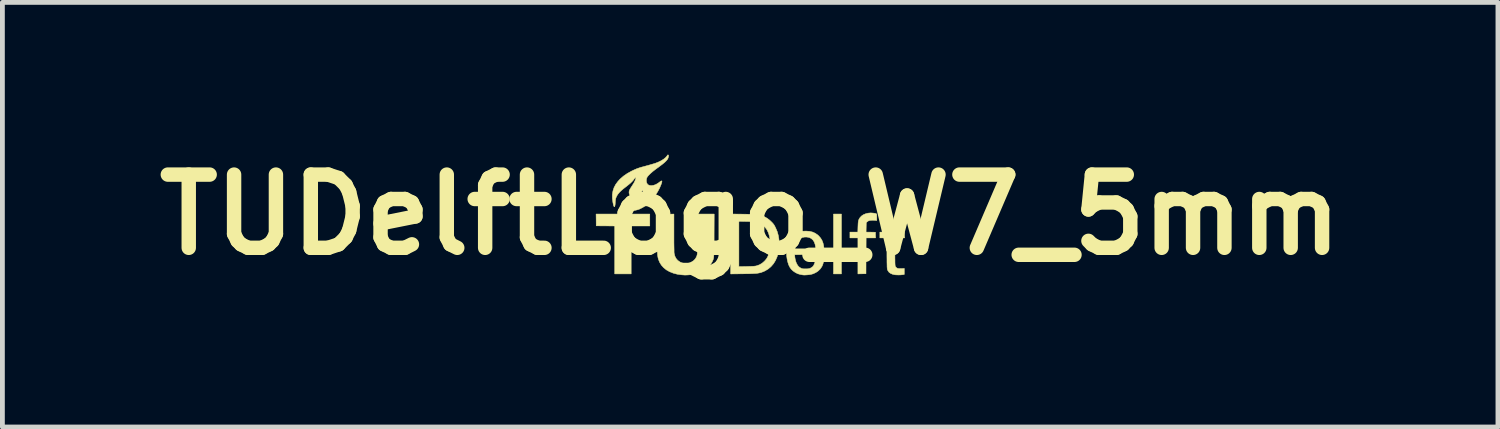
<source format=kicad_pcb>
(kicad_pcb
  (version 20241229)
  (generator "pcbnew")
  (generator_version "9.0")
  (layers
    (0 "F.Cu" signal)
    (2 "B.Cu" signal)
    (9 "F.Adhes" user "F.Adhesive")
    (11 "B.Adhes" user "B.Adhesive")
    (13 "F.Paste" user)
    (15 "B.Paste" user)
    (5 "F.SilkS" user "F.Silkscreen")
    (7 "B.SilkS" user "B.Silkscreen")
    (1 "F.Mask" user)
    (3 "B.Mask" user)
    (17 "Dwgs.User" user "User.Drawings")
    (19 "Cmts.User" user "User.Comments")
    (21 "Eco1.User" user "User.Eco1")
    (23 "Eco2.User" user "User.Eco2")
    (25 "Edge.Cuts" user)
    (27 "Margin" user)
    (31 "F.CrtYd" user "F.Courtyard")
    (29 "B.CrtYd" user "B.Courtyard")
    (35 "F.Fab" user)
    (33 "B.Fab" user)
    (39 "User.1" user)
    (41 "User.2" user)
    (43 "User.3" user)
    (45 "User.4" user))
  (footprint "TUDelftLogo_W7_5mm"
    (layer "F.Cu")
    (at 12.562 1.418)
    (property "Reference" "TUDelftLogo_W7_5mm" (at 0 0 0) (layer "F.SilkS") (effects (font (size 1.524 1.524) (thickness 0.3))))
    (attr through_hole)
    (fp_poly (pts (xy 1.899 1.232) (xy 1.734 1.232) (xy 1.734 -0.013) (xy 1.899 -0.013) (xy 1.899 1.232)) (stroke (width 0.01) (type solid)) (fill yes) (layer "F.SilkS"))
    (fp_poly (pts (xy -2.089 0.235) (xy -2.477 0.235) (xy -2.477 1.232) (xy -2.819 1.232) (xy -2.819 0.235) (xy -3.011 0.233) (xy -3.204 0.232) (xy -3.205 0.11) (xy -3.207 -0.013) (xy -2.089 -0.013) (xy -2.089 0.235)) (stroke (width 0.01) (type solid)) (fill yes) (layer "F.SilkS"))
    (fp_poly (pts (xy 2.564 -0.033) (xy 2.569 -0.032) (xy 2.598 -0.028) (xy 2.616 -0.023) (xy 2.628 -0.017) (xy 2.633 -0.007) (xy 2.635 0.011) (xy 2.635 0.038) (xy 2.635 0.051) (xy 2.635 0.121) (xy 2.58 0.117) (xy 2.527 0.116) (xy 2.485 0.121) (xy 2.453 0.133) (xy 2.435 0.147) (xy 2.416 0.166) (xy 2.414 0.264) (xy 2.412 0.362) (xy 2.509 0.363) (xy 2.607 0.365) (xy 2.608 0.424) (xy 2.61 0.483) (xy 2.413 0.483) (xy 2.411 0.856) (xy 2.41 1.229) (xy 2.326 1.23) (xy 2.242 1.232) (xy 2.242 0.483) (xy 2.076 0.483) (xy 2.076 0.362) (xy 2.24 0.362) (xy 2.243 0.252) (xy 2.245 0.205) (xy 2.247 0.169) (xy 2.251 0.14) (xy 2.256 0.117) (xy 2.264 0.096) (xy 2.275 0.077) (xy 2.286 0.06) (xy 2.316 0.028) (xy 2.355 0.001) (xy 2.402 -0.019) (xy 2.453 -0.032) (xy 2.508 -0.037) (xy 2.564 -0.033)) (stroke (width 0.01) (type solid)) (fill yes) (layer "F.SilkS"))
    (fp_poly (pts (xy 3.007 0.139) (xy 3.008 0.156) (xy 3.009 0.181) (xy 3.01 0.214) (xy 3.01 0.247) (xy 3.01 0.362) (xy 3.11 0.363) (xy 3.21 0.365) (xy 3.212 0.424) (xy 3.214 0.483) (xy 3.009 0.483) (xy 3.011 0.774) (xy 3.012 0.843) (xy 3.012 0.9) (xy 3.013 0.946) (xy 3.013 0.983) (xy 3.014 1.013) (xy 3.015 1.035) (xy 3.016 1.051) (xy 3.018 1.063) (xy 3.02 1.071) (xy 3.022 1.077) (xy 3.025 1.082) (xy 3.026 1.084) (xy 3.042 1.102) (xy 3.061 1.114) (xy 3.085 1.12) (xy 3.117 1.122) (xy 3.145 1.122) (xy 3.207 1.118) (xy 3.207 1.243) (xy 3.188 1.247) (xy 3.162 1.25) (xy 3.127 1.253) (xy 3.089 1.254) (xy 3.052 1.253) (xy 3.022 1.251) (xy 3.016 1.251) (xy 2.963 1.239) (xy 2.921 1.221) (xy 2.888 1.196) (xy 2.865 1.162) (xy 2.861 1.156) (xy 2.858 1.149) (xy 2.856 1.142) (xy 2.854 1.133) (xy 2.852 1.121) (xy 2.851 1.106) (xy 2.849 1.085) (xy 2.849 1.059) (xy 2.848 1.025) (xy 2.847 0.983) (xy 2.847 0.932) (xy 2.846 0.869) (xy 2.846 0.805) (xy 2.844 0.483) (xy 2.699 0.483) (xy 2.699 0.362) (xy 2.844 0.362) (xy 2.848 0.181) (xy 2.924 0.157) (xy 2.953 0.148) (xy 2.978 0.141) (xy 2.996 0.136) (xy 3.005 0.133) (xy 3.005 0.133) (xy 3.007 0.139)) (stroke (width 0.01) (type solid)) (fill yes) (layer "F.SilkS"))
    (fp_poly (pts (xy -0.138 -0.011) (xy -0.069 -0.01) (xy -0.011 -0.009) (xy 0.038 -0.008) (xy 0.078 -0.007) (xy 0.111 -0.005) (xy 0.138 -0.002) (xy 0.162 0.001) (xy 0.183 0.005) (xy 0.203 0.01) (xy 0.223 0.016) (xy 0.245 0.023) (xy 0.249 0.025) (xy 0.305 0.047) (xy 0.354 0.075) (xy 0.4 0.11) (xy 0.436 0.143) (xy 0.462 0.169) (xy 0.481 0.191) (xy 0.496 0.211) (xy 0.51 0.235) (xy 0.525 0.265) (xy 0.529 0.273) (xy 0.562 0.35) (xy 0.584 0.427) (xy 0.598 0.508) (xy 0.603 0.596) (xy 0.603 0.611) (xy 0.598 0.706) (xy 0.584 0.794) (xy 0.56 0.877) (xy 0.527 0.952) (xy 0.486 1.019) (xy 0.436 1.077) (xy 0.378 1.127) (xy 0.313 1.167) (xy 0.281 1.182) (xy 0.255 1.192) (xy 0.231 1.201) (xy 0.207 1.208) (xy 0.182 1.213) (xy 0.155 1.218) (xy 0.123 1.222) (xy 0.086 1.224) (xy 0.042 1.226) (xy -0.011 1.228) (xy -0.073 1.229) (xy -0.144 1.23) (xy -0.406 1.233) (xy -0.406 1.081) (xy -0.235 1.081) (xy -0.071 1.078) (xy -0.013 1.076) (xy 0.033 1.075) (xy 0.07 1.073) (xy 0.099 1.07) (xy 0.121 1.067) (xy 0.132 1.064) (xy 0.192 1.043) (xy 0.248 1.01) (xy 0.297 0.968) (xy 0.339 0.919) (xy 0.364 0.876) (xy 0.389 0.812) (xy 0.406 0.742) (xy 0.416 0.667) (xy 0.418 0.591) (xy 0.413 0.515) (xy 0.399 0.443) (xy 0.379 0.376) (xy 0.351 0.318) (xy 0.331 0.289) (xy 0.305 0.258) (xy 0.275 0.229) (xy 0.246 0.204) (xy 0.236 0.197) (xy 0.215 0.186) (xy 0.188 0.174) (xy 0.159 0.162) (xy 0.156 0.161) (xy 0.14 0.156) (xy 0.126 0.152) (xy 0.112 0.149) (xy 0.096 0.146) (xy 0.075 0.144) (xy 0.049 0.143) (xy 0.016 0.142) (xy -0.027 0.142) (xy -0.065 0.141) (xy -0.235 0.138) (xy -0.235 1.081) (xy -0.406 1.081) (xy -0.406 -0.014) (xy -0.138 -0.011)) (stroke (width 0.01) (type solid)) (fill yes) (layer "F.SilkS"))
    (fp_poly (pts (xy -1.587 0.379) (xy -1.587 0.45) (xy -1.587 0.518) (xy -1.587 0.581) (xy -1.586 0.639) (xy -1.585 0.691) (xy -1.584 0.735) (xy -1.584 0.77) (xy -1.583 0.795) (xy -1.581 0.808) (xy -1.581 0.808) (xy -1.567 0.863) (xy -1.542 0.911) (xy -1.508 0.951) (xy -1.464 0.982) (xy -1.449 0.99) (xy -1.432 0.997) (xy -1.416 1.002) (xy -1.399 1.005) (xy -1.376 1.006) (xy -1.344 1.006) (xy -1.34 1.006) (xy -1.307 1.006) (xy -1.283 1.005) (xy -1.265 1.002) (xy -1.249 0.998) (xy -1.233 0.99) (xy -1.231 0.99) (xy -1.185 0.962) (xy -1.148 0.926) (xy -1.128 0.896) (xy -1.121 0.883) (xy -1.115 0.87) (xy -1.11 0.857) (xy -1.106 0.842) (xy -1.102 0.824) (xy -1.1 0.802) (xy -1.097 0.776) (xy -1.096 0.744) (xy -1.094 0.705) (xy -1.093 0.659) (xy -1.093 0.604) (xy -1.093 0.539) (xy -1.092 0.463) (xy -1.092 0.383) (xy -1.092 -0.013) (xy -0.749 -0.013) (xy -0.751 0.43) (xy -0.751 0.519) (xy -0.752 0.595) (xy -0.752 0.661) (xy -0.753 0.717) (xy -0.753 0.765) (xy -0.754 0.805) (xy -0.756 0.838) (xy -0.758 0.865) (xy -0.76 0.887) (xy -0.763 0.906) (xy -0.767 0.922) (xy -0.771 0.936) (xy -0.777 0.95) (xy -0.783 0.963) (xy -0.79 0.978) (xy -0.794 0.987) (xy -0.831 1.047) (xy -0.878 1.101) (xy -0.934 1.147) (xy -1 1.185) (xy -1.075 1.215) (xy -1.158 1.237) (xy -1.25 1.25) (xy -1.262 1.251) (xy -1.297 1.254) (xy -1.323 1.255) (xy -1.344 1.256) (xy -1.364 1.256) (xy -1.386 1.254) (xy -1.415 1.252) (xy -1.429 1.251) (xy -1.52 1.238) (xy -1.602 1.216) (xy -1.677 1.186) (xy -1.743 1.149) (xy -1.8 1.103) (xy -1.847 1.051) (xy -1.884 0.991) (xy -1.907 0.935) (xy -1.913 0.916) (xy -1.918 0.896) (xy -1.922 0.873) (xy -1.926 0.848) (xy -1.929 0.818) (xy -1.931 0.784) (xy -1.933 0.743) (xy -1.934 0.695) (xy -1.935 0.64) (xy -1.936 0.575) (xy -1.936 0.5) (xy -1.936 0.414) (xy -1.935 0.362) (xy -1.934 -0.01) (xy -1.761 -0.011) (xy -1.587 -0.013) (xy -1.587 0.379)) (stroke (width 0.01) (type solid)) (fill yes) (layer "F.SilkS"))
    (fp_poly (pts (xy 1.233 0.346) (xy 1.298 0.361) (xy 1.355 0.387) (xy 1.407 0.423) (xy 1.429 0.444) (xy 1.466 0.487) (xy 1.495 0.535) (xy 1.516 0.589) (xy 1.53 0.651) (xy 1.537 0.722) (xy 1.538 0.747) (xy 1.54 0.829) (xy 1.233 0.83) (xy 0.927 0.832) (xy 0.927 0.853) (xy 0.93 0.886) (xy 0.937 0.926) (xy 0.947 0.966) (xy 0.959 1.001) (xy 0.964 1.011) (xy 0.983 1.047) (xy 1.003 1.074) (xy 1.027 1.095) (xy 1.049 1.108) (xy 1.065 1.117) (xy 1.079 1.122) (xy 1.094 1.125) (xy 1.114 1.127) (xy 1.143 1.127) (xy 1.153 1.127) (xy 1.185 1.127) (xy 1.208 1.125) (xy 1.226 1.122) (xy 1.242 1.117) (xy 1.258 1.11) (xy 1.282 1.096) (xy 1.303 1.079) (xy 1.311 1.071) (xy 1.322 1.053) (xy 1.333 1.03) (xy 1.343 1.004) (xy 1.35 0.982) (xy 1.353 0.969) (xy 1.354 0.965) (xy 1.361 0.962) (xy 1.373 0.96) (xy 1.394 0.959) (xy 1.425 0.959) (xy 1.442 0.959) (xy 1.531 0.959) (xy 1.527 0.976) (xy 1.519 1.01) (xy 1.511 1.036) (xy 1.502 1.058) (xy 1.491 1.081) (xy 1.49 1.082) (xy 1.458 1.129) (xy 1.416 1.17) (xy 1.366 1.204) (xy 1.309 1.23) (xy 1.27 1.241) (xy 1.244 1.246) (xy 1.212 1.25) (xy 1.177 1.253) (xy 1.144 1.255) (xy 1.117 1.255) (xy 1.099 1.254) (xy 1.084 1.251) (xy 1.062 1.247) (xy 1.045 1.244) (xy 0.992 1.229) (xy 0.941 1.204) (xy 0.893 1.171) (xy 0.853 1.132) (xy 0.824 1.091) (xy 0.8 1.042) (xy 0.782 0.984) (xy 0.768 0.921) (xy 0.759 0.855) (xy 0.757 0.79) (xy 0.759 0.763) (xy 0.765 0.711) (xy 0.933 0.711) (xy 1.366 0.711) (xy 1.362 0.675) (xy 1.35 0.614) (xy 1.331 0.564) (xy 1.304 0.524) (xy 1.269 0.494) (xy 1.228 0.474) (xy 1.178 0.465) (xy 1.134 0.465) (xy 1.084 0.474) (xy 1.04 0.494) (xy 1.002 0.525) (xy 0.971 0.567) (xy 0.965 0.579) (xy 0.951 0.611) (xy 0.941 0.645) (xy 0.934 0.677) (xy 0.934 0.691) (xy 0.933 0.711) (xy 0.765 0.711) (xy 0.769 0.679) (xy 0.789 0.605) (xy 0.818 0.538) (xy 0.857 0.48) (xy 0.887 0.446) (xy 0.934 0.405) (xy 0.985 0.375) (xy 1.042 0.354) (xy 1.105 0.343) (xy 1.162 0.341) (xy 1.233 0.346)) (stroke (width 0.01) (type solid)) (fill yes) (layer "F.SilkS"))
    (fp_poly (pts (xy -1.705 -1.243) (xy -1.7 -1.237) (xy -1.698 -1.224) (xy -1.702 -1.202) (xy -1.705 -1.19) (xy -1.711 -1.172) (xy -1.719 -1.156) (xy -1.732 -1.139) (xy -1.75 -1.119) (xy -1.764 -1.105) (xy -1.785 -1.085) (xy -1.814 -1.061) (xy -1.849 -1.034) (xy -1.886 -1.006) (xy -1.923 -0.978) (xy -1.924 -0.978) (xy -1.981 -0.936) (xy -2.031 -0.897) (xy -2.074 -0.859) (xy -2.109 -0.825) (xy -2.134 -0.796) (xy -2.149 -0.772) (xy -2.158 -0.743) (xy -2.161 -0.711) (xy -2.158 -0.679) (xy -2.149 -0.654) (xy -2.149 -0.653) (xy -2.132 -0.63) (xy -2.112 -0.616) (xy -2.086 -0.608) (xy -2.055 -0.606) (xy -2.009 -0.612) (xy -1.962 -0.629) (xy -1.915 -0.657) (xy -1.891 -0.675) (xy -1.866 -0.694) (xy -1.849 -0.703) (xy -1.839 -0.703) (xy -1.836 -0.693) (xy -1.84 -0.672) (xy -1.85 -0.64) (xy -1.852 -0.634) (xy -1.883 -0.559) (xy -1.923 -0.483) (xy -1.971 -0.407) (xy -2.023 -0.338) (xy -2.029 -0.33) (xy -2.095 -0.259) (xy -2.163 -0.199) (xy -2.233 -0.152) (xy -2.305 -0.116) (xy -2.343 -0.103) (xy -2.371 -0.096) (xy -2.401 -0.09) (xy -2.429 -0.086) (xy -2.454 -0.084) (xy -2.471 -0.085) (xy -2.479 -0.088) (xy -2.481 -0.096) (xy -2.477 -0.103) (xy -2.464 -0.112) (xy -2.441 -0.124) (xy -2.437 -0.126) (xy -2.399 -0.149) (xy -2.362 -0.181) (xy -2.327 -0.218) (xy -2.298 -0.258) (xy -2.289 -0.273) (xy -2.278 -0.299) (xy -2.266 -0.33) (xy -2.255 -0.364) (xy -2.246 -0.398) (xy -2.238 -0.432) (xy -2.233 -0.461) (xy -2.23 -0.485) (xy -2.232 -0.5) (xy -2.234 -0.504) (xy -2.241 -0.501) (xy -2.25 -0.49) (xy -2.256 -0.481) (xy -2.279 -0.45) (xy -2.308 -0.421) (xy -2.341 -0.395) (xy -2.374 -0.376) (xy -2.406 -0.365) (xy -2.426 -0.362) (xy -2.457 -0.368) (xy -2.485 -0.384) (xy -2.506 -0.408) (xy -2.518 -0.439) (xy -2.521 -0.462) (xy -2.52 -0.48) (xy -2.516 -0.498) (xy -2.509 -0.517) (xy -2.496 -0.54) (xy -2.478 -0.57) (xy -2.464 -0.591) (xy -2.436 -0.635) (xy -2.414 -0.672) (xy -2.399 -0.703) (xy -2.388 -0.731) (xy -2.384 -0.746) (xy -2.379 -0.769) (xy -2.379 -0.78) (xy -2.385 -0.78) (xy -2.396 -0.769) (xy -2.412 -0.746) (xy -2.416 -0.741) (xy -2.436 -0.714) (xy -2.461 -0.687) (xy -2.493 -0.656) (xy -2.534 -0.622) (xy -2.584 -0.582) (xy -2.59 -0.578) (xy -2.646 -0.534) (xy -2.692 -0.494) (xy -2.728 -0.457) (xy -2.756 -0.422) (xy -2.777 -0.388) (xy -2.779 -0.383) (xy -2.789 -0.362) (xy -2.796 -0.345) (xy -2.8 -0.327) (xy -2.803 -0.306) (xy -2.806 -0.277) (xy -2.807 -0.257) (xy -2.81 -0.214) (xy -2.815 -0.185) (xy -2.821 -0.168) (xy -2.827 -0.164) (xy -2.835 -0.172) (xy -2.843 -0.193) (xy -2.851 -0.227) (xy -2.857 -0.256) (xy -2.868 -0.341) (xy -2.868 -0.42) (xy -2.856 -0.494) (xy -2.833 -0.564) (xy -2.798 -0.631) (xy -2.75 -0.695) (xy -2.706 -0.743) (xy -2.637 -0.803) (xy -2.556 -0.859) (xy -2.465 -0.909) (xy -2.454 -0.914) (xy -2.421 -0.93) (xy -2.391 -0.943) (xy -2.364 -0.955) (xy -2.337 -0.965) (xy -2.307 -0.975) (xy -2.273 -0.986) (xy -2.231 -0.997) (xy -2.18 -1.011) (xy -2.162 -1.016) (xy -2.117 -1.028) (xy -2.073 -1.041) (xy -2.032 -1.053) (xy -1.997 -1.063) (xy -1.97 -1.072) (xy -1.964 -1.074) (xy -1.902 -1.099) (xy -1.846 -1.127) (xy -1.799 -1.157) (xy -1.76 -1.189) (xy -1.732 -1.221) (xy -1.724 -1.234) (xy -1.715 -1.245) (xy -1.705 -1.243)) (stroke (width 0.01) (type solid)) (fill yes) (layer "F.SilkS")))
  (gr_rect
    (start -3 -3)
    (end 28.124 5.836)
    (stroke (width 0.1) (type default))
    (fill no)
    (layer "Edge.Cuts")))
</source>
